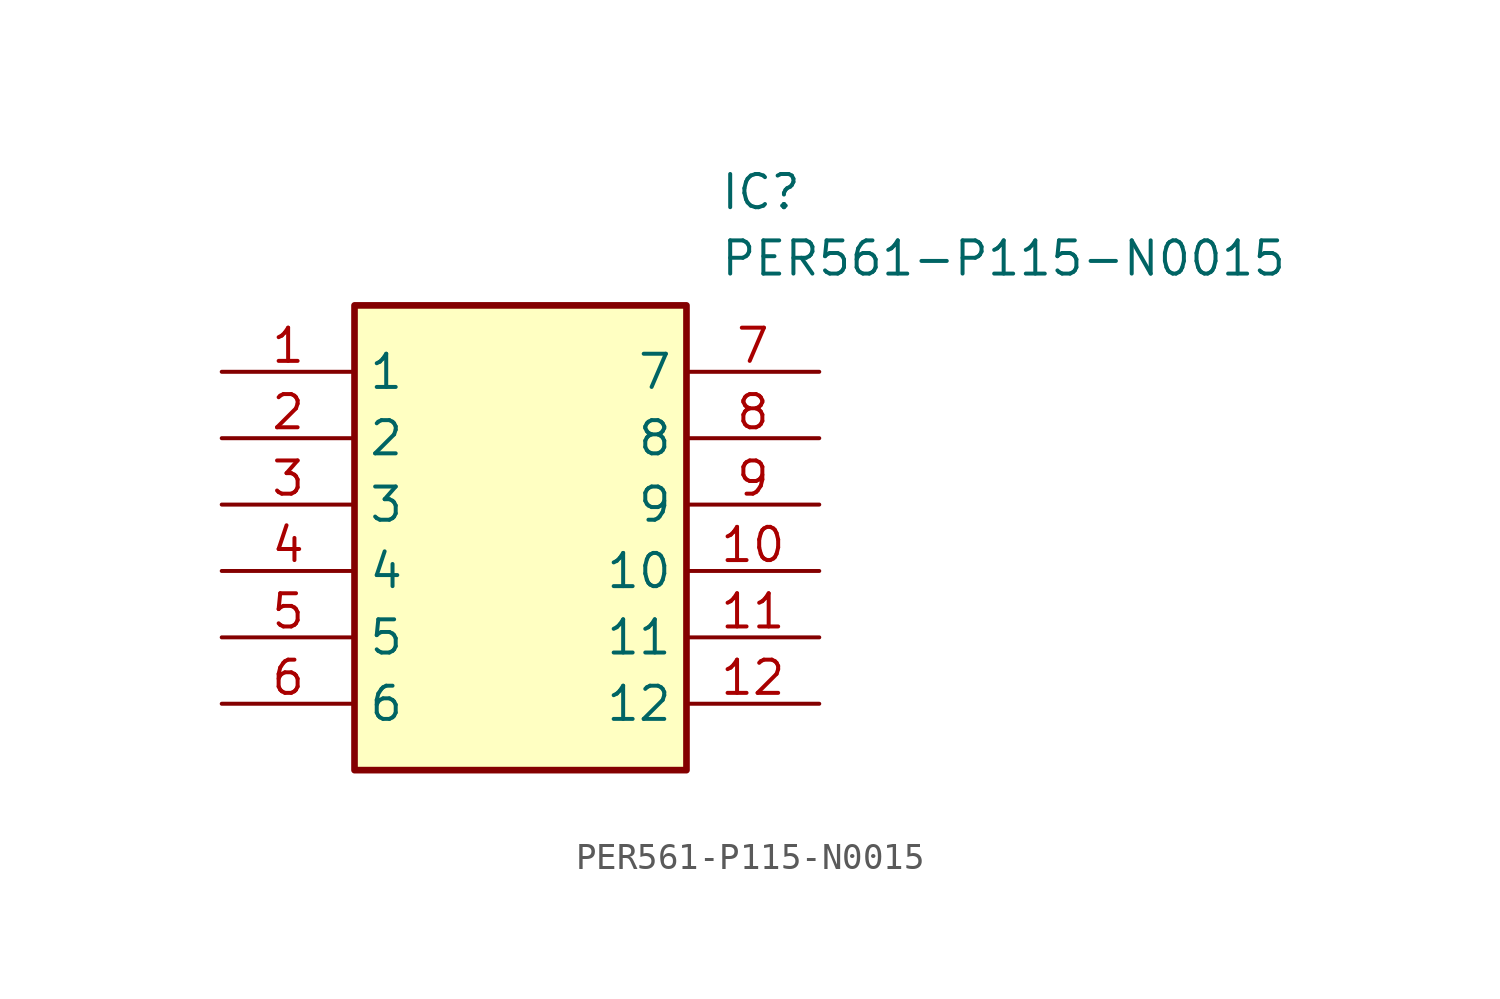
<source format=kicad_sym>
(kicad_symbol_lib
  (version 20211014)
  (generator SamacSys_ECAD_Model)
  (symbol "PER561-P115-N0015"
    (property "Reference" "IC"
      (at 19.05 7.62 0)
      (effects (font (size 1.27 1.27)) (justify left top)))
    (property "Value" "PER561-P115-N0015"
      (at 19.05 5.08 0)
      (effects (font (size 1.27 1.27)) (justify left top)))
    (rectangle
      (start 5.08 2.54)
      (end 17.78 -15.24)
      (stroke (width 0.254) (type default))
      (fill (type background)))
    (pin passive line
      (at 0 0 0)
      (length 5.08)
      (name "1" (effects (font (size 1.27 1.27))))
      (number "1" (effects (font (size 1.27 1.27)))))
    (pin passive line
      (at 0 -2.54 0)
      (length 5.08)
      (name "2" (effects (font (size 1.27 1.27))))
      (number "2" (effects (font (size 1.27 1.27)))))
    (pin passive line
      (at 0 -5.08 0)
      (length 5.08)
      (name "3" (effects (font (size 1.27 1.27))))
      (number "3" (effects (font (size 1.27 1.27)))))
    (pin passive line
      (at 0 -7.62 0)
      (length 5.08)
      (name "4" (effects (font (size 1.27 1.27))))
      (number "4" (effects (font (size 1.27 1.27)))))
    (pin passive line
      (at 0 -10.16 0)
      (length 5.08)
      (name "5" (effects (font (size 1.27 1.27))))
      (number "5" (effects (font (size 1.27 1.27)))))
    (pin passive line
      (at 0 -12.7 0)
      (length 5.08)
      (name "6" (effects (font (size 1.27 1.27))))
      (number "6" (effects (font (size 1.27 1.27)))))
    (pin passive line
      (at 22.86 0 180)
      (length 5.08)
      (name "7" (effects (font (size 1.27 1.27))))
      (number "7" (effects (font (size 1.27 1.27)))))
    (pin passive line
      (at 22.86 -2.54 180)
      (length 5.08)
      (name "8" (effects (font (size 1.27 1.27))))
      (number "8" (effects (font (size 1.27 1.27)))))
    (pin passive line
      (at 22.86 -5.08 180)
      (length 5.08)
      (name "9" (effects (font (size 1.27 1.27))))
      (number "9" (effects (font (size 1.27 1.27)))))
    (pin passive line
      (at 22.86 -7.62 180)
      (length 5.08)
      (name "10" (effects (font (size 1.27 1.27))))
      (number "10" (effects (font (size 1.27 1.27)))))
    (pin passive line
      (at 22.86 -10.16 180)
      (length 5.08)
      (name "11" (effects (font (size 1.27 1.27))))
      (number "11" (effects (font (size 1.27 1.27)))))
    (pin passive line
      (at 22.86 -12.7 180)
      (length 5.08)
      (name "12" (effects (font (size 1.27 1.27))))
      (number "12" (effects (font (size 1.27 1.27)))))))
</source>
